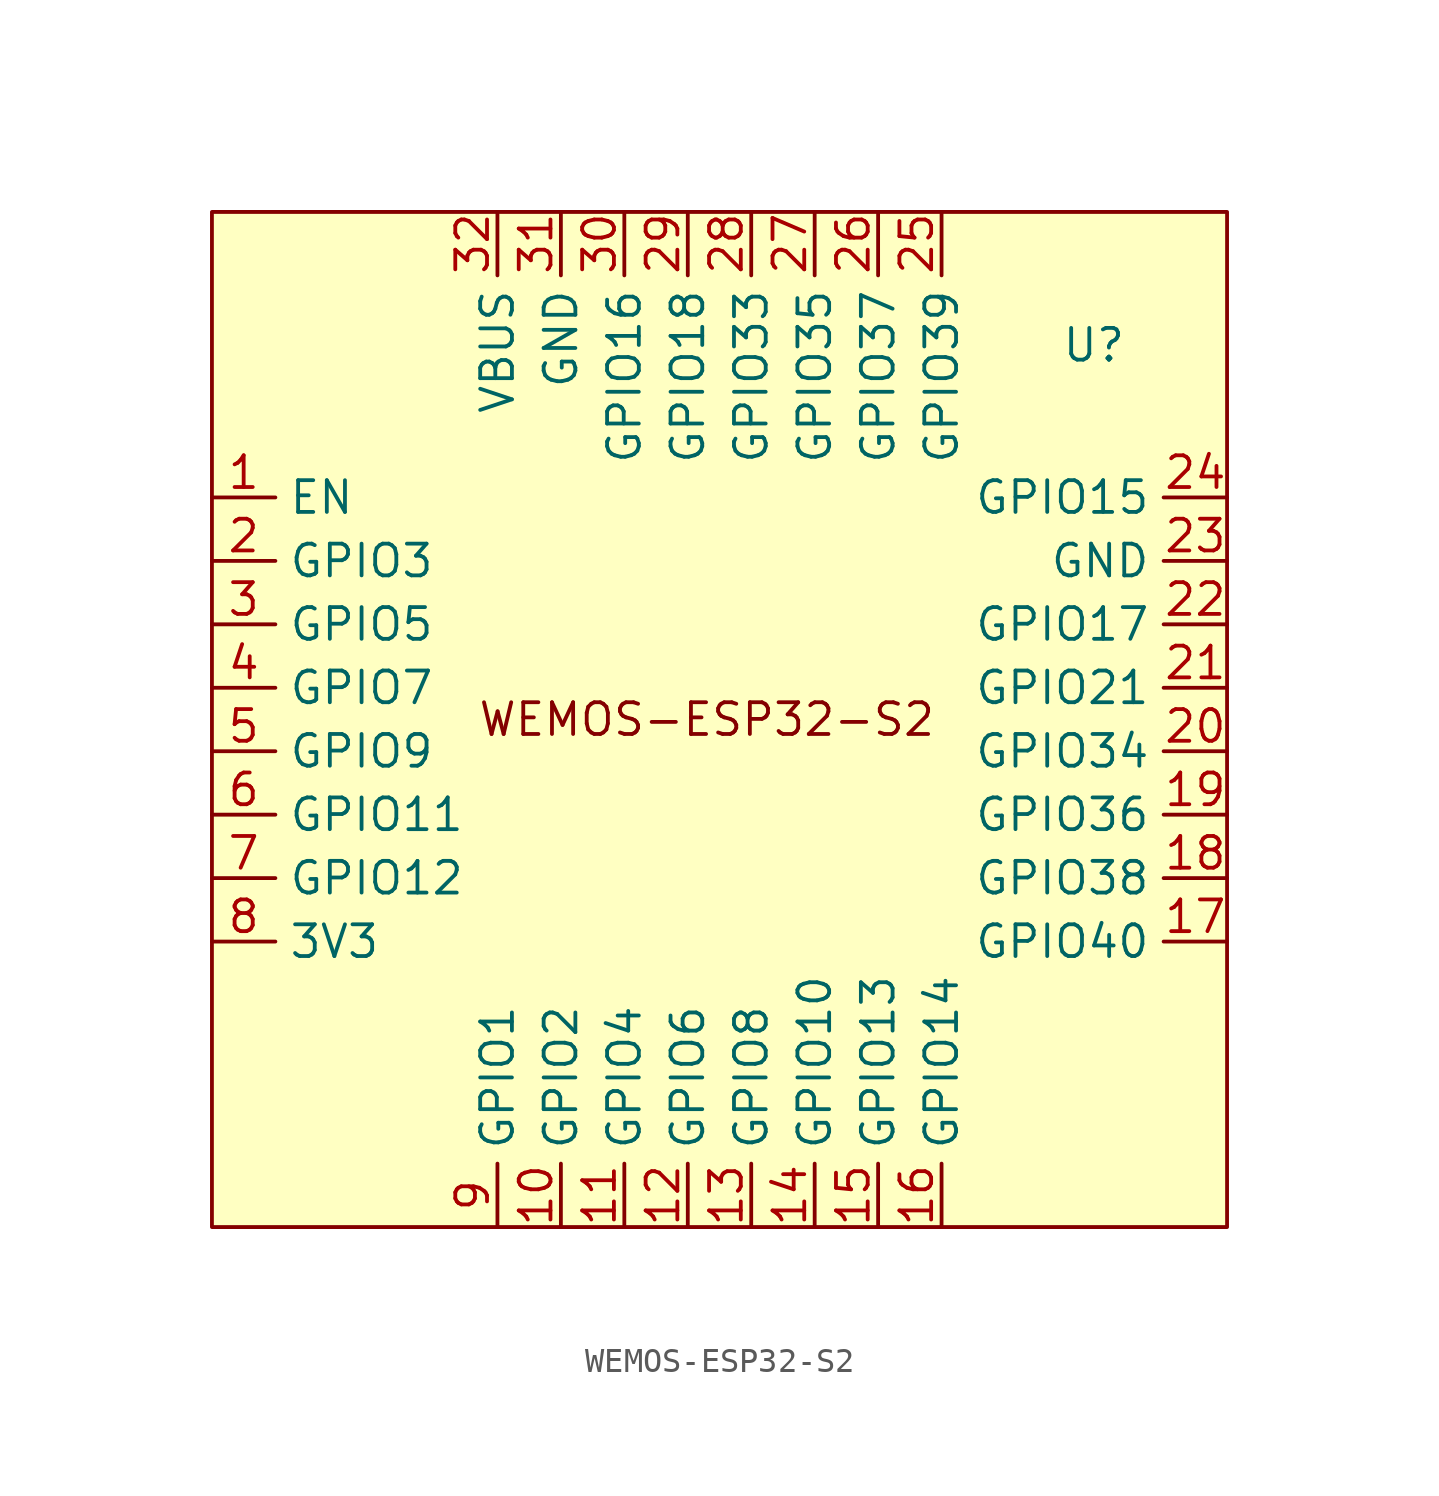
<source format=kicad_sym>
(kicad_symbol_lib
  (version 20231120)
  (generator "kicad_symbol_editor")
  (generator_version "8.0")
  (symbol "WEMOS-ESP32-S2"
    (property "Reference" "U"
      (at 14.986 14.986 0)
      (effects (font (size 1.27 1.27))))
    (property "Value" ""
      (at 0 0 0)
      (effects (font (size 1.27 1.27))))
    (symbol "WEMOS-ESP32-S2_1_1"
      (rectangle (start -20.32 20.32) (end 20.32 -20.32) (stroke (width 0) (type default)) (fill (type background)))
      (text "WEMOS-ESP32-S2" (at -0.508 0 0) (effects (font (size 1.27 1.27))))
      (pin input line (at -20.32 8.89 0) (length 2.54) (name "EN" (effects (font (size 1.27 1.27)))) (number "1" (effects (font (size 1.27 1.27)))))
      (pin input line (at -6.35 -20.32 90) (length 2.54) (name "GPIO2" (effects (font (size 1.27 1.27)))) (number "10" (effects (font (size 1.27 1.27)))))
      (pin input line (at -3.81 -20.32 90) (length 2.54) (name "GPIO4" (effects (font (size 1.27 1.27)))) (number "11" (effects (font (size 1.27 1.27)))))
      (pin input line (at -1.27 -20.32 90) (length 2.54) (name "GPIO6" (effects (font (size 1.27 1.27)))) (number "12" (effects (font (size 1.27 1.27)))))
      (pin input line (at 1.27 -20.32 90) (length 2.54) (name "GPIO8" (effects (font (size 1.27 1.27)))) (number "13" (effects (font (size 1.27 1.27)))))
      (pin input line (at 3.81 -20.32 90) (length 2.54) (name "GPIO10" (effects (font (size 1.27 1.27)))) (number "14" (effects (font (size 1.27 1.27)))))
      (pin input line (at 6.35 -20.32 90) (length 2.54) (name "GPIO13" (effects (font (size 1.27 1.27)))) (number "15" (effects (font (size 1.27 1.27)))))
      (pin input line (at 8.89 -20.32 90) (length 2.54) (name "GPIO14" (effects (font (size 1.27 1.27)))) (number "16" (effects (font (size 1.27 1.27)))))
      (pin input line (at 20.32 -8.89 180) (length 2.54) (name "GPIO40" (effects (font (size 1.27 1.27)))) (number "17" (effects (font (size 1.27 1.27)))))
      (pin input line (at 20.32 -6.35 180) (length 2.54) (name "GPIO38" (effects (font (size 1.27 1.27)))) (number "18" (effects (font (size 1.27 1.27)))))
      (pin input line (at 20.32 -3.81 180) (length 2.54) (name "GPIO36" (effects (font (size 1.27 1.27)))) (number "19" (effects (font (size 1.27 1.27)))))
      (pin input line (at -20.32 6.35 0) (length 2.54) (name "GPIO3" (effects (font (size 1.27 1.27)))) (number "2" (effects (font (size 1.27 1.27)))))
      (pin input line (at 20.32 -1.27 180) (length 2.54) (name "GPIO34" (effects (font (size 1.27 1.27)))) (number "20" (effects (font (size 1.27 1.27)))))
      (pin input line (at 20.32 1.27 180) (length 2.54) (name "GPIO21" (effects (font (size 1.27 1.27)))) (number "21" (effects (font (size 1.27 1.27)))))
      (pin input line (at 20.32 3.81 180) (length 2.54) (name "GPIO17" (effects (font (size 1.27 1.27)))) (number "22" (effects (font (size 1.27 1.27)))))
      (pin input line (at 20.32 6.35 180) (length 2.54) (name "GND" (effects (font (size 1.27 1.27)))) (number "23" (effects (font (size 1.27 1.27)))))
      (pin input line (at 20.32 8.89 180) (length 2.54) (name "GPIO15" (effects (font (size 1.27 1.27)))) (number "24" (effects (font (size 1.27 1.27)))))
      (pin input line (at 8.89 20.32 270) (length 2.54) (name "GPIO39" (effects (font (size 1.27 1.27)))) (number "25" (effects (font (size 1.27 1.27)))))
      (pin input line (at 6.35 20.32 270) (length 2.54) (name "GPIO37" (effects (font (size 1.27 1.27)))) (number "26" (effects (font (size 1.27 1.27)))))
      (pin input line (at 3.81 20.32 270) (length 2.54) (name "GPIO35" (effects (font (size 1.27 1.27)))) (number "27" (effects (font (size 1.27 1.27)))))
      (pin input line (at 1.27 20.32 270) (length 2.54) (name "GPIO33" (effects (font (size 1.27 1.27)))) (number "28" (effects (font (size 1.27 1.27)))))
      (pin input line (at -1.27 20.32 270) (length 2.54) (name "GPIO18" (effects (font (size 1.27 1.27)))) (number "29" (effects (font (size 1.27 1.27)))))
      (pin input line (at -20.32 3.81 0) (length 2.54) (name "GPIO5" (effects (font (size 1.27 1.27)))) (number "3" (effects (font (size 1.27 1.27)))))
      (pin input line (at -3.81 20.32 270) (length 2.54) (name "GPIO16" (effects (font (size 1.27 1.27)))) (number "30" (effects (font (size 1.27 1.27)))))
      (pin input line (at -6.35 20.32 270) (length 2.54) (name "GND" (effects (font (size 1.27 1.27)))) (number "31" (effects (font (size 1.27 1.27)))))
      (pin input line (at -8.89 20.32 270) (length 2.54) (name "VBUS" (effects (font (size 1.27 1.27)))) (number "32" (effects (font (size 1.27 1.27)))))
      (pin input line (at -20.32 1.27 0) (length 2.54) (name "GPIO7" (effects (font (size 1.27 1.27)))) (number "4" (effects (font (size 1.27 1.27)))))
      (pin input line (at -20.32 -1.27 0) (length 2.54) (name "GPIO9" (effects (font (size 1.27 1.27)))) (number "5" (effects (font (size 1.27 1.27)))))
      (pin input line (at -20.32 -3.81 0) (length 2.54) (name "GPIO11" (effects (font (size 1.27 1.27)))) (number "6" (effects (font (size 1.27 1.27)))))
      (pin input line (at -20.32 -6.35 0) (length 2.54) (name "GPIO12" (effects (font (size 1.27 1.27)))) (number "7" (effects (font (size 1.27 1.27)))))
      (pin input line (at -20.32 -8.89 0) (length 2.54) (name "3V3" (effects (font (size 1.27 1.27)))) (number "8" (effects (font (size 1.27 1.27)))))
      (pin input line (at -8.89 -20.32 90) (length 2.54) (name "GPIO1" (effects (font (size 1.27 1.27)))) (number "9" (effects (font (size 1.27 1.27))))))))
</source>
